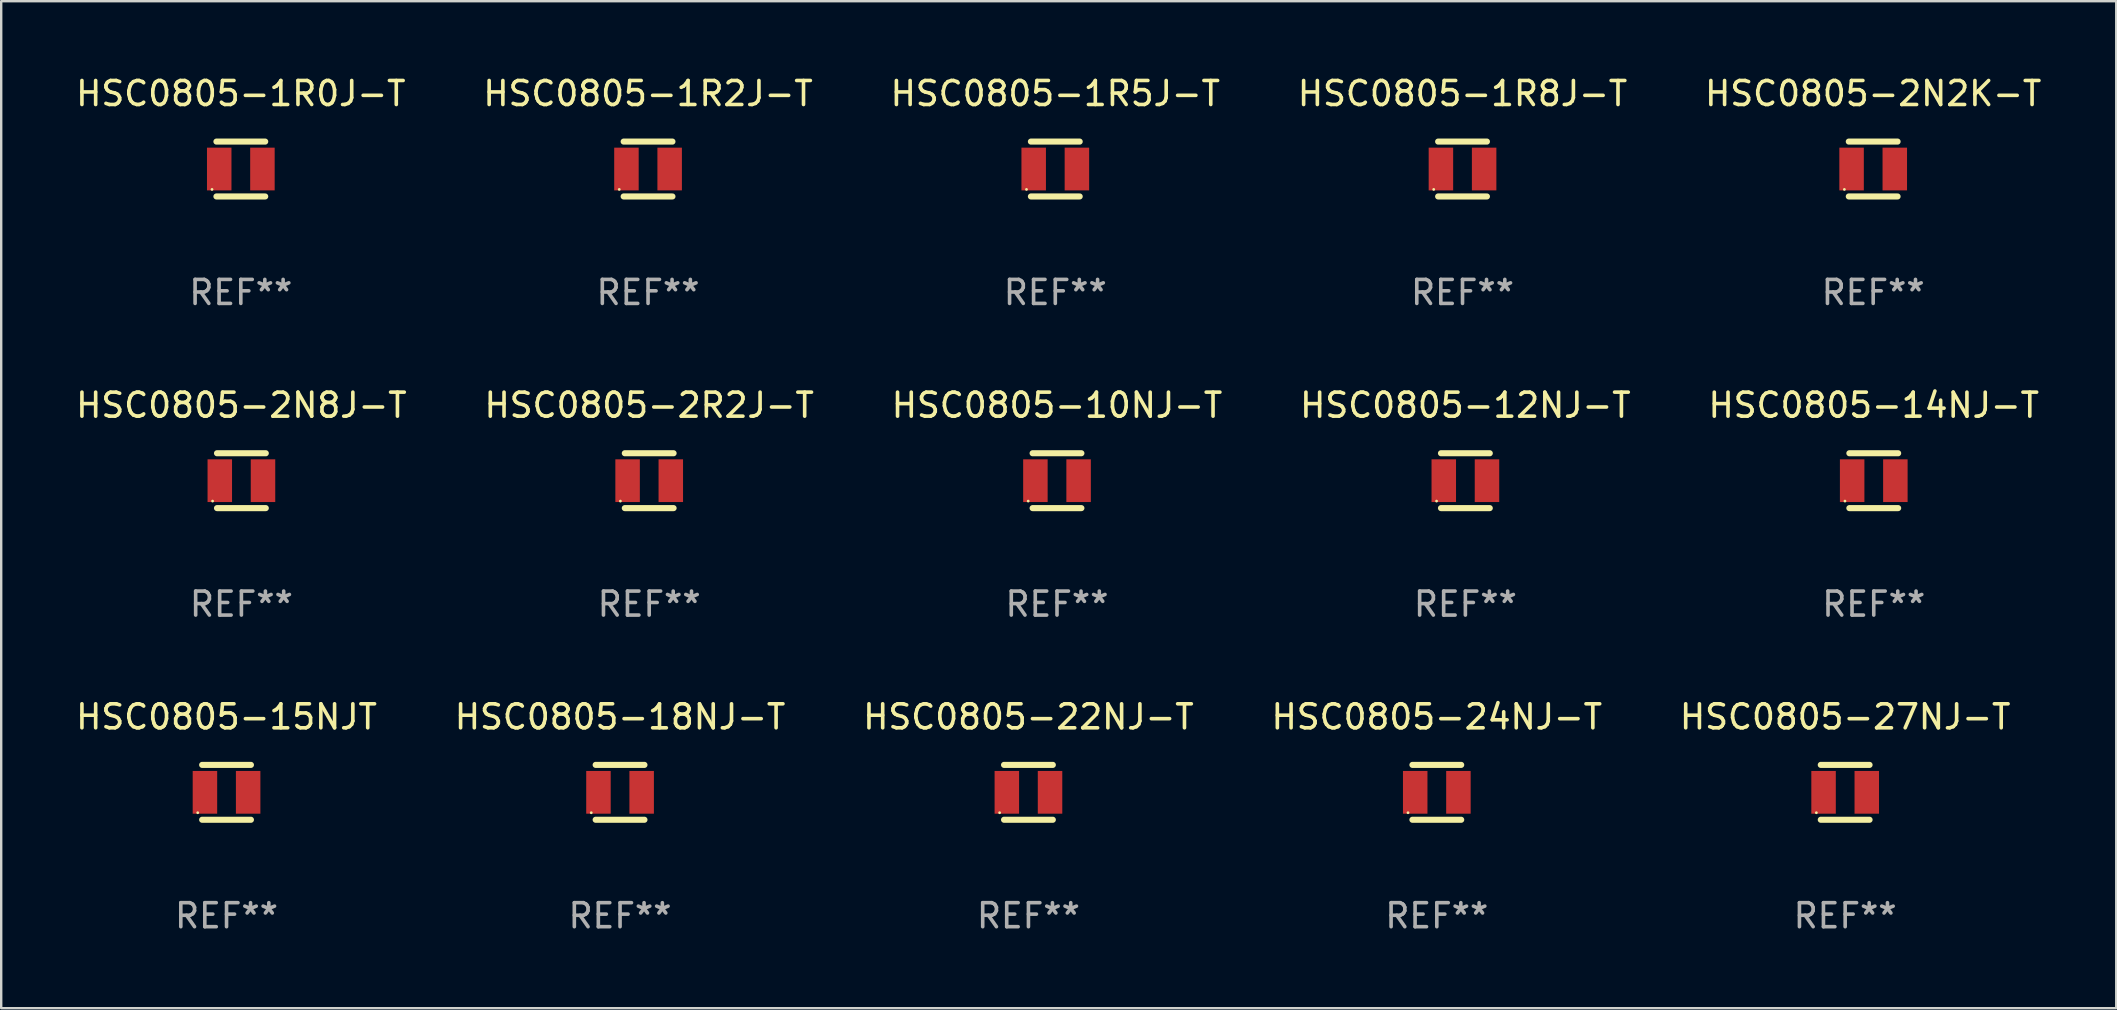
<source format=kicad_pcb>
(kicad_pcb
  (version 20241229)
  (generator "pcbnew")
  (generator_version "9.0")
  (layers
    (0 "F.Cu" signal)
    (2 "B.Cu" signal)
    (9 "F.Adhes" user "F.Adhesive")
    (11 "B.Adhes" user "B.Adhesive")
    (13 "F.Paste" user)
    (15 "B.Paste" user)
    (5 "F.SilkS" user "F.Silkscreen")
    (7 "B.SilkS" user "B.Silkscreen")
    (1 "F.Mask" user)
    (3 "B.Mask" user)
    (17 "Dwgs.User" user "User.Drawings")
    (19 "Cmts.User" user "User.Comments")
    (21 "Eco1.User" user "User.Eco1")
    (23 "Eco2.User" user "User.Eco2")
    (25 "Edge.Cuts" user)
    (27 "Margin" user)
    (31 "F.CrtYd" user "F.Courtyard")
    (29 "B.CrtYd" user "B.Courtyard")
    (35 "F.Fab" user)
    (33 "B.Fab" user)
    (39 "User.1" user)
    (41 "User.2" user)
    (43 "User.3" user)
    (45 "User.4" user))
  (footprint "HSC0805-1R5J-T"
    (layer "F.Cu")
    (at 40.911 3.991)
    (property "Reference" "HSC0805-1R5J-T" (at 0 -3.143 0) (layer "F.SilkS") (effects (font (size 1 1) (thickness 0.15))))
    (attr through_hole)
    (fp_line (start -1.016 -1.143) (end 1.016 -1.143) (stroke (width 0.254) (type solid)) (layer "F.SilkS"))
    (fp_line (start -1.016 1.143) (end 1.016 1.143) (stroke (width 0.254) (type solid)) (layer "F.SilkS"))
    (fp_circle (center -1.2 0.85) (end -1.17 0.85) (stroke (width 0.06) (type solid)) (fill no) (layer "F.SilkS"))
    (fp_text user "REF**" (at 0 5.143 0) (layer "F.Fab") (effects (font (size 1 1) (thickness 0.15))))
    (pad "1" smd rect (at -0.9 0) (size 1.02 1.78) (layers "F.Cu" "F.Mask" "F.Paste"))
    (pad "2" smd rect (at 0.9 0) (size 1.02 1.78) (layers "F.Cu" "F.Mask" "F.Paste")))
  (footprint "HSC0805-14NJ-T"
    (layer "F.Cu")
    (at 75.006 16.974)
    (property "Reference" "HSC0805-14NJ-T" (at 0 -3.143 0) (layer "F.SilkS") (effects (font (size 1 1) (thickness 0.15))))
    (attr through_hole)
    (fp_line (start -1.016 -1.143) (end 1.016 -1.143) (stroke (width 0.254) (type solid)) (layer "F.SilkS"))
    (fp_line (start -1.016 1.143) (end 1.016 1.143) (stroke (width 0.254) (type solid)) (layer "F.SilkS"))
    (fp_circle (center -1.2 0.85) (end -1.17 0.85) (stroke (width 0.06) (type solid)) (fill no) (layer "F.SilkS"))
    (fp_text user "REF**" (at 0 5.143 0) (layer "F.Fab") (effects (font (size 1 1) (thickness 0.15))))
    (pad "1" smd rect (at -0.9 0) (size 1.02 1.78) (layers "F.Cu" "F.Mask" "F.Paste"))
    (pad "2" smd rect (at 0.9 0) (size 1.02 1.78) (layers "F.Cu" "F.Mask" "F.Paste")))
  (footprint "HSC0805-2R2J-T"
    (layer "F.Cu")
    (at 23.994 16.974)
    (property "Reference" "HSC0805-2R2J-T" (at 0 -3.143 0) (layer "F.SilkS") (effects (font (size 1 1) (thickness 0.15))))
    (attr through_hole)
    (fp_line (start -1.016 -1.143) (end 1.016 -1.143) (stroke (width 0.254) (type solid)) (layer "F.SilkS"))
    (fp_line (start -1.016 1.143) (end 1.016 1.143) (stroke (width 0.254) (type solid)) (layer "F.SilkS"))
    (fp_circle (center -1.2 0.85) (end -1.17 0.85) (stroke (width 0.06) (type solid)) (fill no) (layer "F.SilkS"))
    (fp_text user "REF**" (at 0 5.143 0) (layer "F.Fab") (effects (font (size 1 1) (thickness 0.15))))
    (pad "1" smd rect (at -0.9 0) (size 1.02 1.78) (layers "F.Cu" "F.Mask" "F.Paste"))
    (pad "2" smd rect (at 0.9 0) (size 1.02 1.78) (layers "F.Cu" "F.Mask" "F.Paste")))
  (footprint "HSC0805-24NJ-T"
    (layer "F.Cu")
    (at 56.804 29.956)
    (property "Reference" "HSC0805-24NJ-T" (at 0 -3.143 0) (layer "F.SilkS") (effects (font (size 1 1) (thickness 0.15))))
    (attr through_hole)
    (fp_line (start -1.016 -1.143) (end 1.016 -1.143) (stroke (width 0.254) (type solid)) (layer "F.SilkS"))
    (fp_line (start -1.016 1.143) (end 1.016 1.143) (stroke (width 0.254) (type solid)) (layer "F.SilkS"))
    (fp_circle (center -1.2 0.85) (end -1.17 0.85) (stroke (width 0.06) (type solid)) (fill no) (layer "F.SilkS"))
    (fp_text user "REF**" (at 0 5.143 0) (layer "F.Fab") (effects (font (size 1 1) (thickness 0.15))))
    (pad "1" smd rect (at -0.9 0) (size 1.02 1.78) (layers "F.Cu" "F.Mask" "F.Paste"))
    (pad "2" smd rect (at 0.9 0) (size 1.02 1.78) (layers "F.Cu" "F.Mask" "F.Paste")))
  (footprint "HSC0805-12NJ-T"
    (layer "F.Cu")
    (at 57.994 16.974)
    (property "Reference" "HSC0805-12NJ-T" (at 0 -3.143 0) (layer "F.SilkS") (effects (font (size 1 1) (thickness 0.15))))
    (attr through_hole)
    (fp_line (start -1.016 -1.143) (end 1.016 -1.143) (stroke (width 0.254) (type solid)) (layer "F.SilkS"))
    (fp_line (start -1.016 1.143) (end 1.016 1.143) (stroke (width 0.254) (type solid)) (layer "F.SilkS"))
    (fp_circle (center -1.2 0.85) (end -1.17 0.85) (stroke (width 0.06) (type solid)) (fill no) (layer "F.SilkS"))
    (fp_text user "REF**" (at 0 5.143 0) (layer "F.Fab") (effects (font (size 1 1) (thickness 0.15))))
    (pad "1" smd rect (at -0.9 0) (size 1.02 1.78) (layers "F.Cu" "F.Mask" "F.Paste"))
    (pad "2" smd rect (at 0.9 0) (size 1.02 1.78) (layers "F.Cu" "F.Mask" "F.Paste")))
  (footprint "HSC0805-10NJ-T"
    (layer "F.Cu")
    (at 40.982 16.974)
    (property "Reference" "HSC0805-10NJ-T" (at 0 -3.143 0) (layer "F.SilkS") (effects (font (size 1 1) (thickness 0.15))))
    (attr through_hole)
    (fp_line (start -1.016 -1.143) (end 1.016 -1.143) (stroke (width 0.254) (type solid)) (layer "F.SilkS"))
    (fp_line (start -1.016 1.143) (end 1.016 1.143) (stroke (width 0.254) (type solid)) (layer "F.SilkS"))
    (fp_circle (center -1.2 0.85) (end -1.17 0.85) (stroke (width 0.06) (type solid)) (fill no) (layer "F.SilkS"))
    (fp_text user "REF**" (at 0 5.143 0) (layer "F.Fab") (effects (font (size 1 1) (thickness 0.15))))
    (pad "1" smd rect (at -0.9 0) (size 1.02 1.78) (layers "F.Cu" "F.Mask" "F.Paste"))
    (pad "2" smd rect (at 0.9 0) (size 1.02 1.78) (layers "F.Cu" "F.Mask" "F.Paste")))
  (footprint "HSC0805-1R8J-T"
    (layer "F.Cu")
    (at 57.875 3.991)
    (property "Reference" "HSC0805-1R8J-T" (at 0 -3.143 0) (layer "F.SilkS") (effects (font (size 1 1) (thickness 0.15))))
    (attr through_hole)
    (fp_line (start -1.016 -1.143) (end 1.016 -1.143) (stroke (width 0.254) (type solid)) (layer "F.SilkS"))
    (fp_line (start -1.016 1.143) (end 1.016 1.143) (stroke (width 0.254) (type solid)) (layer "F.SilkS"))
    (fp_circle (center -1.2 0.85) (end -1.17 0.85) (stroke (width 0.06) (type solid)) (fill no) (layer "F.SilkS"))
    (fp_text user "REF**" (at 0 5.143 0) (layer "F.Fab") (effects (font (size 1 1) (thickness 0.15))))
    (pad "1" smd rect (at -0.9 0) (size 1.02 1.78) (layers "F.Cu" "F.Mask" "F.Paste"))
    (pad "2" smd rect (at 0.9 0) (size 1.02 1.78) (layers "F.Cu" "F.Mask" "F.Paste")))
  (footprint "HSC0805-1R0J-T"
    (layer "F.Cu")
    (at 6.982 3.991)
    (property "Reference" "HSC0805-1R0J-T" (at 0 -3.143 0) (layer "F.SilkS") (effects (font (size 1 1) (thickness 0.15))))
    (attr through_hole)
    (fp_line (start -1.016 -1.143) (end 1.016 -1.143) (stroke (width 0.254) (type solid)) (layer "F.SilkS"))
    (fp_line (start -1.016 1.143) (end 1.016 1.143) (stroke (width 0.254) (type solid)) (layer "F.SilkS"))
    (fp_circle (center -1.2 0.85) (end -1.17 0.85) (stroke (width 0.06) (type solid)) (fill no) (layer "F.SilkS"))
    (fp_text user "REF**" (at 0 5.143 0) (layer "F.Fab") (effects (font (size 1 1) (thickness 0.15))))
    (pad "1" smd rect (at -0.9 0) (size 1.02 1.78) (layers "F.Cu" "F.Mask" "F.Paste"))
    (pad "2" smd rect (at 0.9 0) (size 1.02 1.78) (layers "F.Cu" "F.Mask" "F.Paste")))
  (footprint "HSC0805-15NJT"
    (layer "F.Cu")
    (at 6.387 29.956)
    (property "Reference" "HSC0805-15NJT" (at 0 -3.143 0) (layer "F.SilkS") (effects (font (size 1 1) (thickness 0.15))))
    (attr through_hole)
    (fp_line (start -1.016 -1.143) (end 1.016 -1.143) (stroke (width 0.254) (type solid)) (layer "F.SilkS"))
    (fp_line (start -1.016 1.143) (end 1.016 1.143) (stroke (width 0.254) (type solid)) (layer "F.SilkS"))
    (fp_circle (center -1.2 0.85) (end -1.17 0.85) (stroke (width 0.06) (type solid)) (fill no) (layer "F.SilkS"))
    (fp_text user "REF**" (at 0 5.143 0) (layer "F.Fab") (effects (font (size 1 1) (thickness 0.15))))
    (pad "1" smd rect (at -0.9 0) (size 1.02 1.78) (layers "F.Cu" "F.Mask" "F.Paste"))
    (pad "2" smd rect (at 0.9 0) (size 1.02 1.78) (layers "F.Cu" "F.Mask" "F.Paste")))
  (footprint "HSC0805-27NJ-T"
    (layer "F.Cu")
    (at 73.815 29.956)
    (property "Reference" "HSC0805-27NJ-T" (at 0 -3.143 0) (layer "F.SilkS") (effects (font (size 1 1) (thickness 0.15))))
    (attr through_hole)
    (fp_line (start -1.016 -1.143) (end 1.016 -1.143) (stroke (width 0.254) (type solid)) (layer "F.SilkS"))
    (fp_line (start -1.016 1.143) (end 1.016 1.143) (stroke (width 0.254) (type solid)) (layer "F.SilkS"))
    (fp_circle (center -1.2 0.85) (end -1.17 0.85) (stroke (width 0.06) (type solid)) (fill no) (layer "F.SilkS"))
    (fp_text user "REF**" (at 0 5.143 0) (layer "F.Fab") (effects (font (size 1 1) (thickness 0.15))))
    (pad "1" smd rect (at -0.9 0) (size 1.02 1.78) (layers "F.Cu" "F.Mask" "F.Paste"))
    (pad "2" smd rect (at 0.9 0) (size 1.02 1.78) (layers "F.Cu" "F.Mask" "F.Paste")))
  (footprint "HSC0805-2N2K-T"
    (layer "F.Cu")
    (at 74.982 3.991)
    (property "Reference" "HSC0805-2N2K-T" (at 0 -3.143 0) (layer "F.SilkS") (effects (font (size 1 1) (thickness 0.15))))
    (attr through_hole)
    (fp_line (start -1.016 -1.143) (end 1.016 -1.143) (stroke (width 0.254) (type solid)) (layer "F.SilkS"))
    (fp_line (start -1.016 1.143) (end 1.016 1.143) (stroke (width 0.254) (type solid)) (layer "F.SilkS"))
    (fp_circle (center -1.2 0.85) (end -1.17 0.85) (stroke (width 0.06) (type solid)) (fill no) (layer "F.SilkS"))
    (fp_text user "REF**" (at 0 5.143 0) (layer "F.Fab") (effects (font (size 1 1) (thickness 0.15))))
    (pad "1" smd rect (at -0.9 0) (size 1.02 1.78) (layers "F.Cu" "F.Mask" "F.Paste"))
    (pad "2" smd rect (at 0.9 0) (size 1.02 1.78) (layers "F.Cu" "F.Mask" "F.Paste")))
  (footprint "HSC0805-18NJ-T"
    (layer "F.Cu")
    (at 22.78 29.956)
    (property "Reference" "HSC0805-18NJ-T" (at 0 -3.143 0) (layer "F.SilkS") (effects (font (size 1 1) (thickness 0.15))))
    (attr through_hole)
    (fp_line (start -1.016 -1.143) (end 1.016 -1.143) (stroke (width 0.254) (type solid)) (layer "F.SilkS"))
    (fp_line (start -1.016 1.143) (end 1.016 1.143) (stroke (width 0.254) (type solid)) (layer "F.SilkS"))
    (fp_circle (center -1.2 0.85) (end -1.17 0.85) (stroke (width 0.06) (type solid)) (fill no) (layer "F.SilkS"))
    (fp_text user "REF**" (at 0 5.143 0) (layer "F.Fab") (effects (font (size 1 1) (thickness 0.15))))
    (pad "1" smd rect (at -0.9 0) (size 1.02 1.78) (layers "F.Cu" "F.Mask" "F.Paste"))
    (pad "2" smd rect (at 0.9 0) (size 1.02 1.78) (layers "F.Cu" "F.Mask" "F.Paste")))
  (footprint "HSC0805-2N8J-T"
    (layer "F.Cu")
    (at 7.006 16.974)
    (property "Reference" "HSC0805-2N8J-T" (at 0 -3.143 0) (layer "F.SilkS") (effects (font (size 1 1) (thickness 0.15))))
    (attr through_hole)
    (fp_line (start -1.016 -1.143) (end 1.016 -1.143) (stroke (width 0.254) (type solid)) (layer "F.SilkS"))
    (fp_line (start -1.016 1.143) (end 1.016 1.143) (stroke (width 0.254) (type solid)) (layer "F.SilkS"))
    (fp_circle (center -1.2 0.85) (end -1.17 0.85) (stroke (width 0.06) (type solid)) (fill no) (layer "F.SilkS"))
    (fp_text user "REF**" (at 0 5.143 0) (layer "F.Fab") (effects (font (size 1 1) (thickness 0.15))))
    (pad "1" smd rect (at -0.9 0) (size 1.02 1.78) (layers "F.Cu" "F.Mask" "F.Paste"))
    (pad "2" smd rect (at 0.9 0) (size 1.02 1.78) (layers "F.Cu" "F.Mask" "F.Paste")))
  (footprint "HSC0805-22NJ-T"
    (layer "F.Cu")
    (at 39.792 29.956)
    (property "Reference" "HSC0805-22NJ-T" (at 0 -3.143 0) (layer "F.SilkS") (effects (font (size 1 1) (thickness 0.15))))
    (attr through_hole)
    (fp_line (start -1.016 -1.143) (end 1.016 -1.143) (stroke (width 0.254) (type solid)) (layer "F.SilkS"))
    (fp_line (start -1.016 1.143) (end 1.016 1.143) (stroke (width 0.254) (type solid)) (layer "F.SilkS"))
    (fp_circle (center -1.2 0.85) (end -1.17 0.85) (stroke (width 0.06) (type solid)) (fill no) (layer "F.SilkS"))
    (fp_text user "REF**" (at 0 5.143 0) (layer "F.Fab") (effects (font (size 1 1) (thickness 0.15))))
    (pad "1" smd rect (at -0.9 0) (size 1.02 1.78) (layers "F.Cu" "F.Mask" "F.Paste"))
    (pad "2" smd rect (at 0.9 0) (size 1.02 1.78) (layers "F.Cu" "F.Mask" "F.Paste")))
  (footprint "HSC0805-1R2J-T"
    (layer "F.Cu")
    (at 23.946 3.991)
    (property "Reference" "HSC0805-1R2J-T" (at 0 -3.143 0) (layer "F.SilkS") (effects (font (size 1 1) (thickness 0.15))))
    (attr through_hole)
    (fp_line (start -1.016 -1.143) (end 1.016 -1.143) (stroke (width 0.254) (type solid)) (layer "F.SilkS"))
    (fp_line (start -1.016 1.143) (end 1.016 1.143) (stroke (width 0.254) (type solid)) (layer "F.SilkS"))
    (fp_circle (center -1.2 0.85) (end -1.17 0.85) (stroke (width 0.06) (type solid)) (fill no) (layer "F.SilkS"))
    (fp_text user "REF**" (at 0 5.143 0) (layer "F.Fab") (effects (font (size 1 1) (thickness 0.15))))
    (pad "1" smd rect (at -0.9 0) (size 1.02 1.78) (layers "F.Cu" "F.Mask" "F.Paste"))
    (pad "2" smd rect (at 0.9 0) (size 1.02 1.78) (layers "F.Cu" "F.Mask" "F.Paste")))
  (gr_rect
    (start -3 -3)
    (end 85.107 38.948)
    (stroke (width 0.1) (type default))
    (fill no)
    (layer "Edge.Cuts")))
</source>
